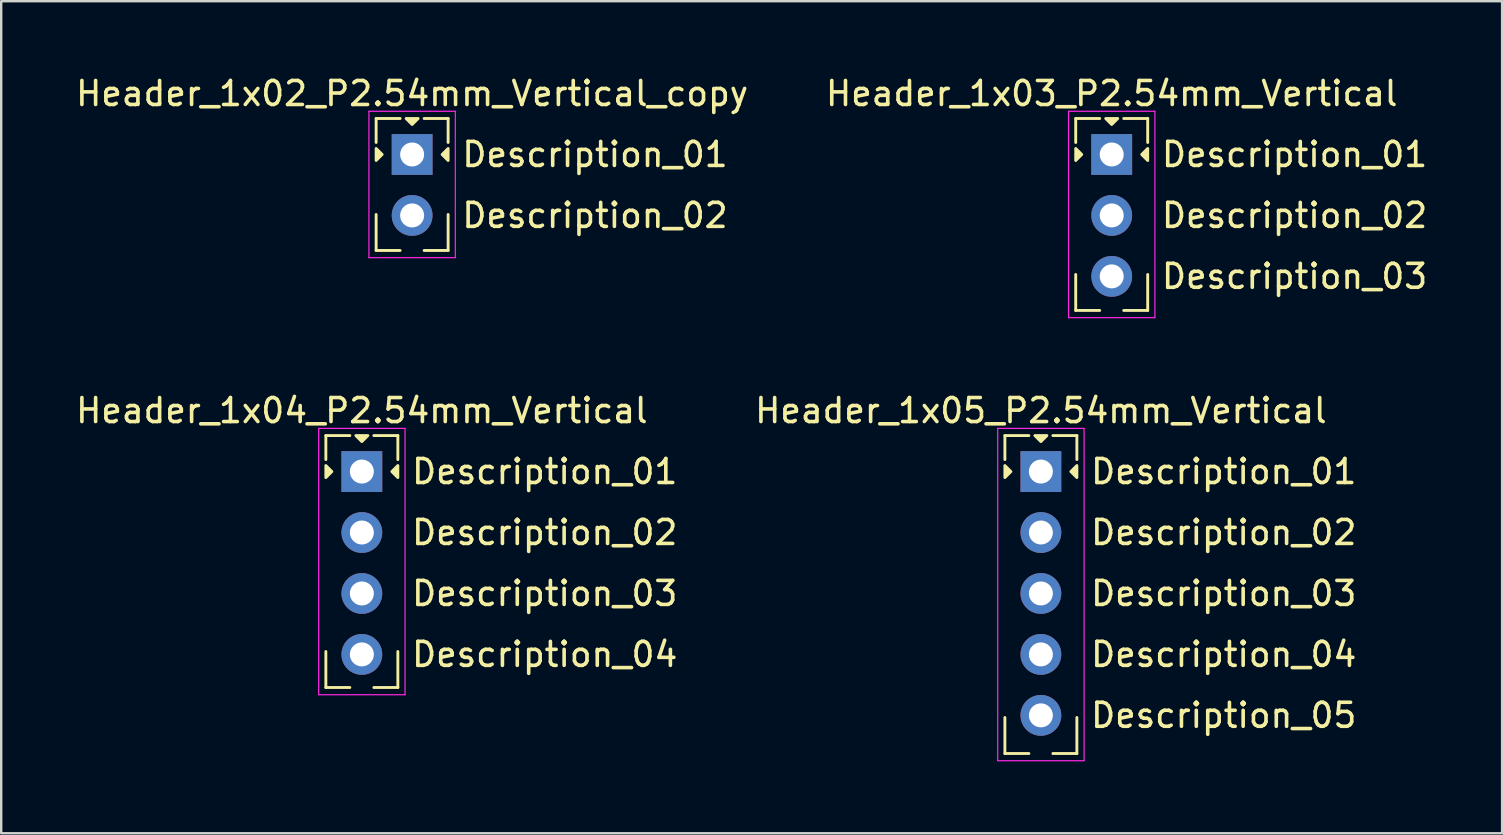
<source format=kicad_pcb>
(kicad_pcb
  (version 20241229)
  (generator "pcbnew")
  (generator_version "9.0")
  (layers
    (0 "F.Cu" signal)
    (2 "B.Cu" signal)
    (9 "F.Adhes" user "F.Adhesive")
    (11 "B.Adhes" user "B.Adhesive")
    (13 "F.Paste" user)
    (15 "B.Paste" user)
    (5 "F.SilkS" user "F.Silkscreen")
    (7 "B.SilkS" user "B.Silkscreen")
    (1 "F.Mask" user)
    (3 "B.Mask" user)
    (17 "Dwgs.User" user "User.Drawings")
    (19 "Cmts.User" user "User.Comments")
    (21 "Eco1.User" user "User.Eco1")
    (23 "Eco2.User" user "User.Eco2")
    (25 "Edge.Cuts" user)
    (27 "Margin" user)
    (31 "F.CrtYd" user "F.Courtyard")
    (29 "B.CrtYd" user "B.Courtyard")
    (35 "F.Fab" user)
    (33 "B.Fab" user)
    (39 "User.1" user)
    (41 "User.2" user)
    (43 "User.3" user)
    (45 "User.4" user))
  (footprint "Header_1x05_P2.54mm_Vertical"
    (layer "F.Cu")
    (at 40.328 16.602)
    (property "Reference" "Header_1x05_P2.54mm_Vertical" (at 0 -2.54 0) (layer "F.SilkS") (effects (font (size 1 1) (thickness 0.15))))
    (attr through_hole)
    (fp_line (start -1.5 -1.5) (end -1.5 -0.5) (stroke (width 0.12) (type solid)) (layer "F.SilkS"))
    (fp_line (start -1.5 10.25) (end -1.5 11.75) (stroke (width 0.12) (type solid)) (layer "F.SilkS"))
    (fp_line (start -1.5 11.75) (end -0.5 11.75) (stroke (width 0.12) (type solid)) (layer "F.SilkS"))
    (fp_line (start -0.5 -1.5) (end -1.5 -1.5) (stroke (width 0.12) (type solid)) (layer "F.SilkS"))
    (fp_line (start 0.5 -1.5) (end 1.5 -1.5) (stroke (width 0.12) (type solid)) (layer "F.SilkS"))
    (fp_line (start 0.5 11.75) (end 1.5 11.75) (stroke (width 0.12) (type solid)) (layer "F.SilkS"))
    (fp_line (start 1.5 -1.5) (end 1.5 -0.5) (stroke (width 0.12) (type solid)) (layer "F.SilkS"))
    (fp_line (start 1.5 11.75) (end 1.5 10.25) (stroke (width 0.12) (type solid)) (layer "F.SilkS"))
    (fp_poly (pts (xy -1.25 0) (xy -1.5 0.25) (xy -1.5 -0.25)) (stroke (width 0.12) (type solid)) (fill yes) (layer "F.SilkS"))
    (fp_poly (pts (xy 0 -1.25) (xy -0.25 -1.5) (xy 0.25 -1.5)) (stroke (width 0.12) (type solid)) (fill yes) (layer "F.SilkS"))
    (fp_poly (pts (xy 1.5 0.25) (xy 1.25 0) (xy 1.5 -0.25)) (stroke (width 0.12) (type solid)) (fill yes) (layer "F.SilkS"))
    (fp_line (start -1.8 -1.8) (end -1.8 12.05) (stroke (width 0.05) (type solid)) (layer "F.CrtYd"))
    (fp_line (start -1.8 12.05) (end 1.8 12.05) (stroke (width 0.05) (type solid)) (layer "F.CrtYd"))
    (fp_line (start 1.8 -1.8) (end -1.8 -1.8) (stroke (width 0.05) (type solid)) (layer "F.CrtYd"))
    (fp_line (start 1.8 12.05) (end 1.8 -1.8) (stroke (width 0.05) (type solid)) (layer "F.CrtYd"))
    (fp_text user "Description_02" (at 7.62 2.54 0) (unlocked yes) (layer "F.SilkS") (effects (font (size 1 1) (thickness 0.15))))
    (fp_text user "Description_05" (at 7.62 10.16 0) (unlocked yes) (layer "F.SilkS") (effects (font (size 1 1) (thickness 0.15))))
    (fp_text user "Description_03" (at 7.62 5.08 0) (unlocked yes) (layer "F.SilkS") (effects (font (size 1 1) (thickness 0.15))))
    (fp_text user "Description_04" (at 7.62 7.62 0) (unlocked yes) (layer "F.SilkS") (effects (font (size 1 1) (thickness 0.15))))
    (fp_text user "Description_01" (at 7.62 0 0) (unlocked yes) (layer "F.SilkS") (effects (font (size 1 1) (thickness 0.15))))
    (pad "1" thru_hole rect (at 0 0) (size 1.7 1.7) (drill 1) (layers "*.Cu" "*.Mask"))
    (pad "2" thru_hole oval (at 0 2.54) (size 1.7 1.7) (drill 1) (layers "*.Cu" "*.Mask"))
    (pad "3" thru_hole oval (at 0 5.08) (size 1.7 1.7) (drill 1) (layers "*.Cu" "*.Mask"))
    (pad "4" thru_hole oval (at 0 7.62) (size 1.7 1.7) (drill 1) (layers "*.Cu" "*.Mask"))
    (pad "5" thru_hole oval (at 0 10.16) (size 1.7 1.7) (drill 1) (layers "*.Cu" "*.Mask")))
  (footprint "Header_1x02_P2.54mm_Vertical_copy"
    (layer "F.Cu")
    (at 14.125 3.388)
    (property "Reference" "Header_1x02_P2.54mm_Vertical_copy" (at 0 -2.54 0) (layer "F.SilkS") (effects (font (size 1 1) (thickness 0.15))))
    (attr through_hole)
    (fp_line (start -1.5 -1.5) (end -1.5 -0.5) (stroke (width 0.12) (type solid)) (layer "F.SilkS"))
    (fp_line (start -1.5 2.5) (end -1.5 4) (stroke (width 0.12) (type solid)) (layer "F.SilkS"))
    (fp_line (start -1.5 4) (end -0.5 4) (stroke (width 0.12) (type solid)) (layer "F.SilkS"))
    (fp_line (start -0.5 -1.5) (end -1.5 -1.5) (stroke (width 0.12) (type solid)) (layer "F.SilkS"))
    (fp_line (start 0.5 -1.5) (end 1.5 -1.5) (stroke (width 0.12) (type solid)) (layer "F.SilkS"))
    (fp_line (start 0.5 4) (end 1.5 4) (stroke (width 0.12) (type solid)) (layer "F.SilkS"))
    (fp_line (start 1.5 -1.5) (end 1.5 -0.5) (stroke (width 0.12) (type solid)) (layer "F.SilkS"))
    (fp_line (start 1.5 4) (end 1.5 2.5) (stroke (width 0.12) (type solid)) (layer "F.SilkS"))
    (fp_poly (pts (xy -1.25 0) (xy -1.5 0.25) (xy -1.5 -0.25)) (stroke (width 0.12) (type solid)) (fill yes) (layer "F.SilkS"))
    (fp_poly (pts (xy 0 -1.25) (xy -0.25 -1.5) (xy 0.25 -1.5)) (stroke (width 0.12) (type solid)) (fill yes) (layer "F.SilkS"))
    (fp_poly (pts (xy 1.5 0.25) (xy 1.25 0) (xy 1.5 -0.25)) (stroke (width 0.12) (type solid)) (fill yes) (layer "F.SilkS"))
    (fp_line (start -1.8 -1.8) (end -1.8 4.3) (stroke (width 0.05) (type solid)) (layer "F.CrtYd"))
    (fp_line (start -1.8 4.3) (end 1.8 4.3) (stroke (width 0.05) (type solid)) (layer "F.CrtYd"))
    (fp_line (start 1.8 -1.8) (end -1.8 -1.8) (stroke (width 0.05) (type solid)) (layer "F.CrtYd"))
    (fp_line (start 1.8 4.3) (end 1.8 -1.8) (stroke (width 0.05) (type solid)) (layer "F.CrtYd"))
    (fp_text user "Description_02" (at 7.62 2.54 0) (unlocked yes) (layer "F.SilkS") (effects (font (size 1 1) (thickness 0.15))))
    (fp_text user "Description_01" (at 7.62 0 0) (unlocked yes) (layer "F.SilkS") (effects (font (size 1 1) (thickness 0.15))))
    (pad "1" thru_hole rect (at 0 0) (size 1.7 1.7) (drill 1) (layers "*.Cu" "*.Mask"))
    (pad "2" thru_hole oval (at 0 2.54) (size 1.7 1.7) (drill 1) (layers "*.Cu" "*.Mask")))
  (footprint "Header_1x04_P2.54mm_Vertical"
    (layer "F.Cu")
    (at 12.03 16.602)
    (property "Reference" "Header_1x04_P2.54mm_Vertical" (at 0 -2.54 0) (layer "F.SilkS") (effects (font (size 1 1) (thickness 0.15))))
    (attr through_hole)
    (fp_line (start -1.5 -1.5) (end -1.5 -0.5) (stroke (width 0.12) (type solid)) (layer "F.SilkS"))
    (fp_line (start -1.5 7.5) (end -1.5 9) (stroke (width 0.12) (type solid)) (layer "F.SilkS"))
    (fp_line (start -1.5 9) (end -0.5 9) (stroke (width 0.12) (type solid)) (layer "F.SilkS"))
    (fp_line (start -0.5 -1.5) (end -1.5 -1.5) (stroke (width 0.12) (type solid)) (layer "F.SilkS"))
    (fp_line (start 0.5 -1.5) (end 1.5 -1.5) (stroke (width 0.12) (type solid)) (layer "F.SilkS"))
    (fp_line (start 0.5 9) (end 1.5 9) (stroke (width 0.12) (type solid)) (layer "F.SilkS"))
    (fp_line (start 1.5 -1.5) (end 1.5 -0.5) (stroke (width 0.12) (type solid)) (layer "F.SilkS"))
    (fp_line (start 1.5 9) (end 1.5 7.5) (stroke (width 0.12) (type solid)) (layer "F.SilkS"))
    (fp_poly (pts (xy -1.25 0) (xy -1.5 0.25) (xy -1.5 -0.25)) (stroke (width 0.12) (type solid)) (fill yes) (layer "F.SilkS"))
    (fp_poly (pts (xy 0 -1.25) (xy -0.25 -1.5) (xy 0.25 -1.5)) (stroke (width 0.12) (type solid)) (fill yes) (layer "F.SilkS"))
    (fp_poly (pts (xy 1.5 0.25) (xy 1.25 0) (xy 1.5 -0.25)) (stroke (width 0.12) (type solid)) (fill yes) (layer "F.SilkS"))
    (fp_line (start -1.8 -1.8) (end -1.8 9.3) (stroke (width 0.05) (type solid)) (layer "F.CrtYd"))
    (fp_line (start -1.8 9.3) (end 1.8 9.3) (stroke (width 0.05) (type solid)) (layer "F.CrtYd"))
    (fp_line (start 1.8 -1.8) (end -1.8 -1.8) (stroke (width 0.05) (type solid)) (layer "F.CrtYd"))
    (fp_line (start 1.8 9.3) (end 1.8 -1.8) (stroke (width 0.05) (type solid)) (layer "F.CrtYd"))
    (fp_text user "Description_01" (at 7.62 0 0) (unlocked yes) (layer "F.SilkS") (effects (font (size 1 1) (thickness 0.15))))
    (fp_text user "Description_04" (at 7.62 7.62 0) (unlocked yes) (layer "F.SilkS") (effects (font (size 1 1) (thickness 0.15))))
    (fp_text user "Description_03" (at 7.62 5.08 0) (unlocked yes) (layer "F.SilkS") (effects (font (size 1 1) (thickness 0.15))))
    (fp_text user "Description_02" (at 7.62 2.54 0) (unlocked yes) (layer "F.SilkS") (effects (font (size 1 1) (thickness 0.15))))
    (pad "1" thru_hole rect (at 0 0) (size 1.7 1.7) (drill 1) (layers "*.Cu" "*.Mask"))
    (pad "2" thru_hole oval (at 0 2.54) (size 1.7 1.7) (drill 1) (layers "*.Cu" "*.Mask"))
    (pad "3" thru_hole oval (at 0 5.08) (size 1.7 1.7) (drill 1) (layers "*.Cu" "*.Mask"))
    (pad "4" thru_hole oval (at 0 7.62) (size 1.7 1.7) (drill 1) (layers "*.Cu" "*.Mask")))
  (footprint "Header_1x03_P2.54mm_Vertical"
    (layer "F.Cu")
    (at 43.28 3.388)
    (property "Reference" "Header_1x03_P2.54mm_Vertical" (at 0 -2.54 0) (layer "F.SilkS") (effects (font (size 1 1) (thickness 0.15))))
    (attr through_hole)
    (fp_line (start -1.5 -1.5) (end -1.5 -0.5) (stroke (width 0.12) (type solid)) (layer "F.SilkS"))
    (fp_line (start -1.5 5) (end -1.5 6.5) (stroke (width 0.12) (type solid)) (layer "F.SilkS"))
    (fp_line (start -1.5 6.5) (end -0.5 6.5) (stroke (width 0.12) (type solid)) (layer "F.SilkS"))
    (fp_line (start -0.5 -1.5) (end -1.5 -1.5) (stroke (width 0.12) (type solid)) (layer "F.SilkS"))
    (fp_line (start 0.5 -1.5) (end 1.5 -1.5) (stroke (width 0.12) (type solid)) (layer "F.SilkS"))
    (fp_line (start 0.5 6.5) (end 1.5 6.5) (stroke (width 0.12) (type solid)) (layer "F.SilkS"))
    (fp_line (start 1.5 -1.5) (end 1.5 -0.5) (stroke (width 0.12) (type solid)) (layer "F.SilkS"))
    (fp_line (start 1.5 6.5) (end 1.5 5) (stroke (width 0.12) (type solid)) (layer "F.SilkS"))
    (fp_poly (pts (xy -1.25 0) (xy -1.5 0.25) (xy -1.5 -0.25)) (stroke (width 0.12) (type solid)) (fill yes) (layer "F.SilkS"))
    (fp_poly (pts (xy 0 -1.25) (xy -0.25 -1.5) (xy 0.25 -1.5)) (stroke (width 0.12) (type solid)) (fill yes) (layer "F.SilkS"))
    (fp_poly (pts (xy 1.5 0.25) (xy 1.25 0) (xy 1.5 -0.25)) (stroke (width 0.12) (type solid)) (fill yes) (layer "F.SilkS"))
    (fp_line (start -1.8 -1.8) (end -1.8 6.8) (stroke (width 0.05) (type solid)) (layer "F.CrtYd"))
    (fp_line (start -1.8 6.8) (end 1.8 6.8) (stroke (width 0.05) (type solid)) (layer "F.CrtYd"))
    (fp_line (start 1.8 -1.8) (end -1.8 -1.8) (stroke (width 0.05) (type solid)) (layer "F.CrtYd"))
    (fp_line (start 1.8 6.8) (end 1.8 -1.8) (stroke (width 0.05) (type solid)) (layer "F.CrtYd"))
    (fp_text user "Description_01" (at 7.62 0 0) (unlocked yes) (layer "F.SilkS") (effects (font (size 1 1) (thickness 0.15))))
    (fp_text user "Description_02" (at 7.62 2.54 0) (unlocked yes) (layer "F.SilkS") (effects (font (size 1 1) (thickness 0.15))))
    (fp_text user "Description_03" (at 7.62 5.08 0) (unlocked yes) (layer "F.SilkS") (effects (font (size 1 1) (thickness 0.15))))
    (pad "1" thru_hole rect (at 0 0) (size 1.7 1.7) (drill 1) (layers "*.Cu" "*.Mask"))
    (pad "2" thru_hole oval (at 0 2.54) (size 1.7 1.7) (drill 1) (layers "*.Cu" "*.Mask"))
    (pad "3" thru_hole oval (at 0 5.08) (size 1.7 1.7) (drill 1) (layers "*.Cu" "*.Mask")))
  (gr_rect
    (start -3 -3)
    (end 59.549 31.677)
    (stroke (width 0.1) (type default))
    (fill no)
    (layer "Edge.Cuts")))
</source>
